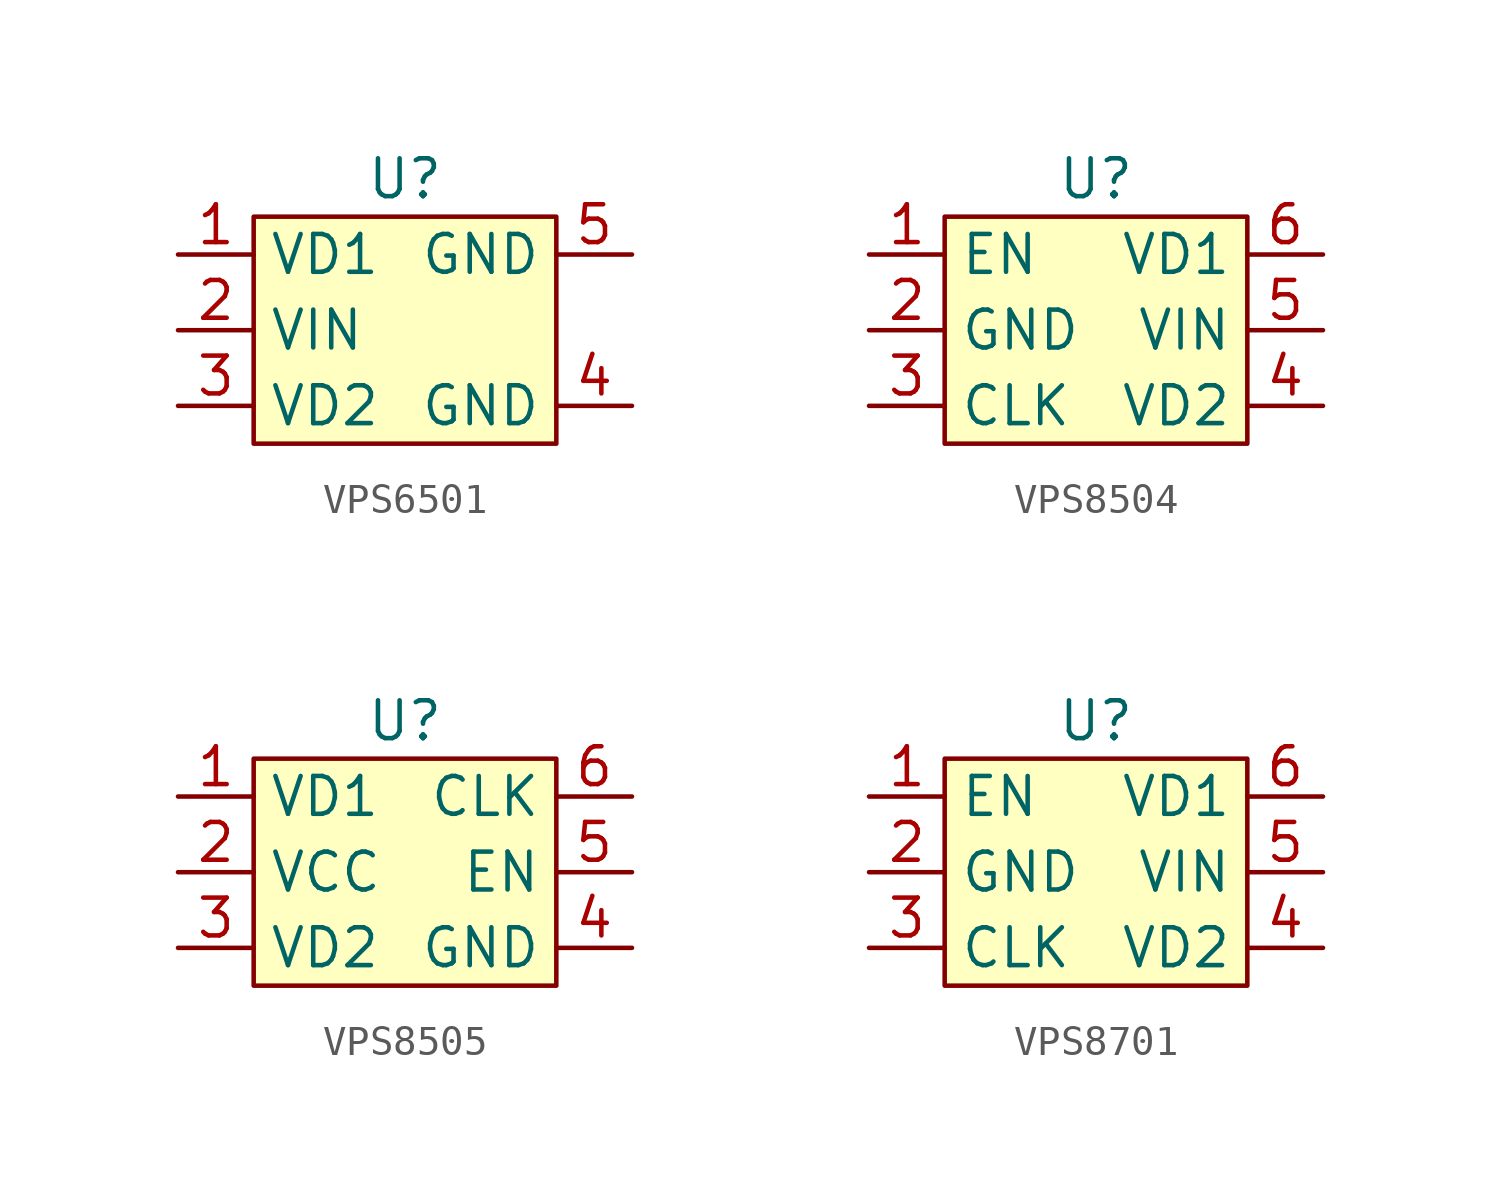
<source format=kicad_sym>
(kicad_symbol_lib
  (version 20241209)
  (generator "kicad_symbol_editor")
  (generator_version "9.0")
  (symbol "VPS6501"
    (property "Reference" "U"
      (at 0 5.08 0)
      (effects (font (size 1.27 1.27))))
    (property "Value" ""
      (at 0 0 0)
      (effects (font (size 1.27 1.27))))
    (symbol "VPS6501_1_1"
      (rectangle (start -5.08 3.81) (end 5.08 -3.81) (stroke (width 0) (type solid)) (fill (type background)))
      (pin input line (at -7.62 2.54 0) (length 2.54) (name "VD1" (effects (font (size 1.27 1.27)))) (number "1" (effects (font (size 1.27 1.27)))))
      (pin power_in line (at -7.62 0 0) (length 2.54) (name "VIN" (effects (font (size 1.27 1.27)))) (number "2" (effects (font (size 1.27 1.27)))))
      (pin input line (at -7.62 -2.54 0) (length 2.54) (name "VD2" (effects (font (size 1.27 1.27)))) (number "3" (effects (font (size 1.27 1.27)))))
      (pin power_in line (at 7.62 2.54 180) (length 2.54) (name "GND" (effects (font (size 1.27 1.27)))) (number "5" (effects (font (size 1.27 1.27)))))
      (pin power_in line (at 7.62 -2.54 180) (length 2.54) (name "GND" (effects (font (size 1.27 1.27)))) (number "4" (effects (font (size 1.27 1.27)))))))
  (symbol "VPS8504"
    (property "Reference" "U"
      (at 0 5.08 0)
      (effects (font (size 1.27 1.27))))
    (property "Value" ""
      (at 0 0 0)
      (effects (font (size 1.27 1.27))))
    (symbol "VPS8504_1_1"
      (rectangle (start -5.08 3.81) (end 5.08 -3.81) (stroke (width 0) (type solid)) (fill (type background)))
      (pin input line (at -7.62 2.54 0) (length 2.54) (name "EN" (effects (font (size 1.27 1.27)))) (number "1" (effects (font (size 1.27 1.27)))))
      (pin power_in line (at -7.62 0 0) (length 2.54) (name "GND" (effects (font (size 1.27 1.27)))) (number "2" (effects (font (size 1.27 1.27)))))
      (pin input line (at -7.62 -2.54 0) (length 2.54) (name "CLK" (effects (font (size 1.27 1.27)))) (number "3" (effects (font (size 1.27 1.27)))))
      (pin output line (at 7.62 2.54 180) (length 2.54) (name "VD1" (effects (font (size 1.27 1.27)))) (number "6" (effects (font (size 1.27 1.27)))))
      (pin power_in line (at 7.62 0 180) (length 2.54) (name "VIN" (effects (font (size 1.27 1.27)))) (number "5" (effects (font (size 1.27 1.27)))))
      (pin output line (at 7.62 -2.54 180) (length 2.54) (name "VD2" (effects (font (size 1.27 1.27)))) (number "4" (effects (font (size 1.27 1.27)))))))
  (symbol "VPS8505"
    (property "Reference" "U"
      (at 0 5.08 0)
      (effects (font (size 1.27 1.27))))
    (property "Value" ""
      (at 0 0 0)
      (effects (font (size 1.27 1.27))))
    (symbol "VPS8505_1_1"
      (rectangle (start -5.08 3.81) (end 5.08 -3.81) (stroke (width 0) (type solid)) (fill (type background)))
      (pin input line (at -7.62 2.54 0) (length 2.54) (name "VD1" (effects (font (size 1.27 1.27)))) (number "1" (effects (font (size 1.27 1.27)))))
      (pin power_in line (at -7.62 0 0) (length 2.54) (name "VCC" (effects (font (size 1.27 1.27)))) (number "2" (effects (font (size 1.27 1.27)))))
      (pin input line (at -7.62 -2.54 0) (length 2.54) (name "VD2" (effects (font (size 1.27 1.27)))) (number "3" (effects (font (size 1.27 1.27)))))
      (pin input line (at 7.62 2.54 180) (length 2.54) (name "CLK" (effects (font (size 1.27 1.27)))) (number "6" (effects (font (size 1.27 1.27)))))
      (pin input line (at 7.62 0 180) (length 2.54) (name "EN" (effects (font (size 1.27 1.27)))) (number "5" (effects (font (size 1.27 1.27)))))
      (pin power_in line (at 7.62 -2.54 180) (length 2.54) (name "GND" (effects (font (size 1.27 1.27)))) (number "4" (effects (font (size 1.27 1.27)))))))
  (symbol "VPS8701"
    (property "Reference" "U"
      (at 0 5.08 0)
      (effects (font (size 1.27 1.27))))
    (property "Value" ""
      (at 0 0 0)
      (effects (font (size 1.27 1.27))))
    (symbol "VPS8701_1_1"
      (rectangle (start -5.08 3.81) (end 5.08 -3.81) (stroke (width 0) (type solid)) (fill (type background)))
      (pin input line (at -7.62 2.54 0) (length 2.54) (name "EN" (effects (font (size 1.27 1.27)))) (number "1" (effects (font (size 1.27 1.27)))))
      (pin power_in line (at -7.62 0 0) (length 2.54) (name "GND" (effects (font (size 1.27 1.27)))) (number "2" (effects (font (size 1.27 1.27)))))
      (pin input line (at -7.62 -2.54 0) (length 2.54) (name "CLK" (effects (font (size 1.27 1.27)))) (number "3" (effects (font (size 1.27 1.27)))))
      (pin output line (at 7.62 2.54 180) (length 2.54) (name "VD1" (effects (font (size 1.27 1.27)))) (number "6" (effects (font (size 1.27 1.27)))))
      (pin power_in line (at 7.62 0 180) (length 2.54) (name "VIN" (effects (font (size 1.27 1.27)))) (number "5" (effects (font (size 1.27 1.27)))))
      (pin output line (at 7.62 -2.54 180) (length 2.54) (name "VD2" (effects (font (size 1.27 1.27)))) (number "4" (effects (font (size 1.27 1.27))))))))
</source>
